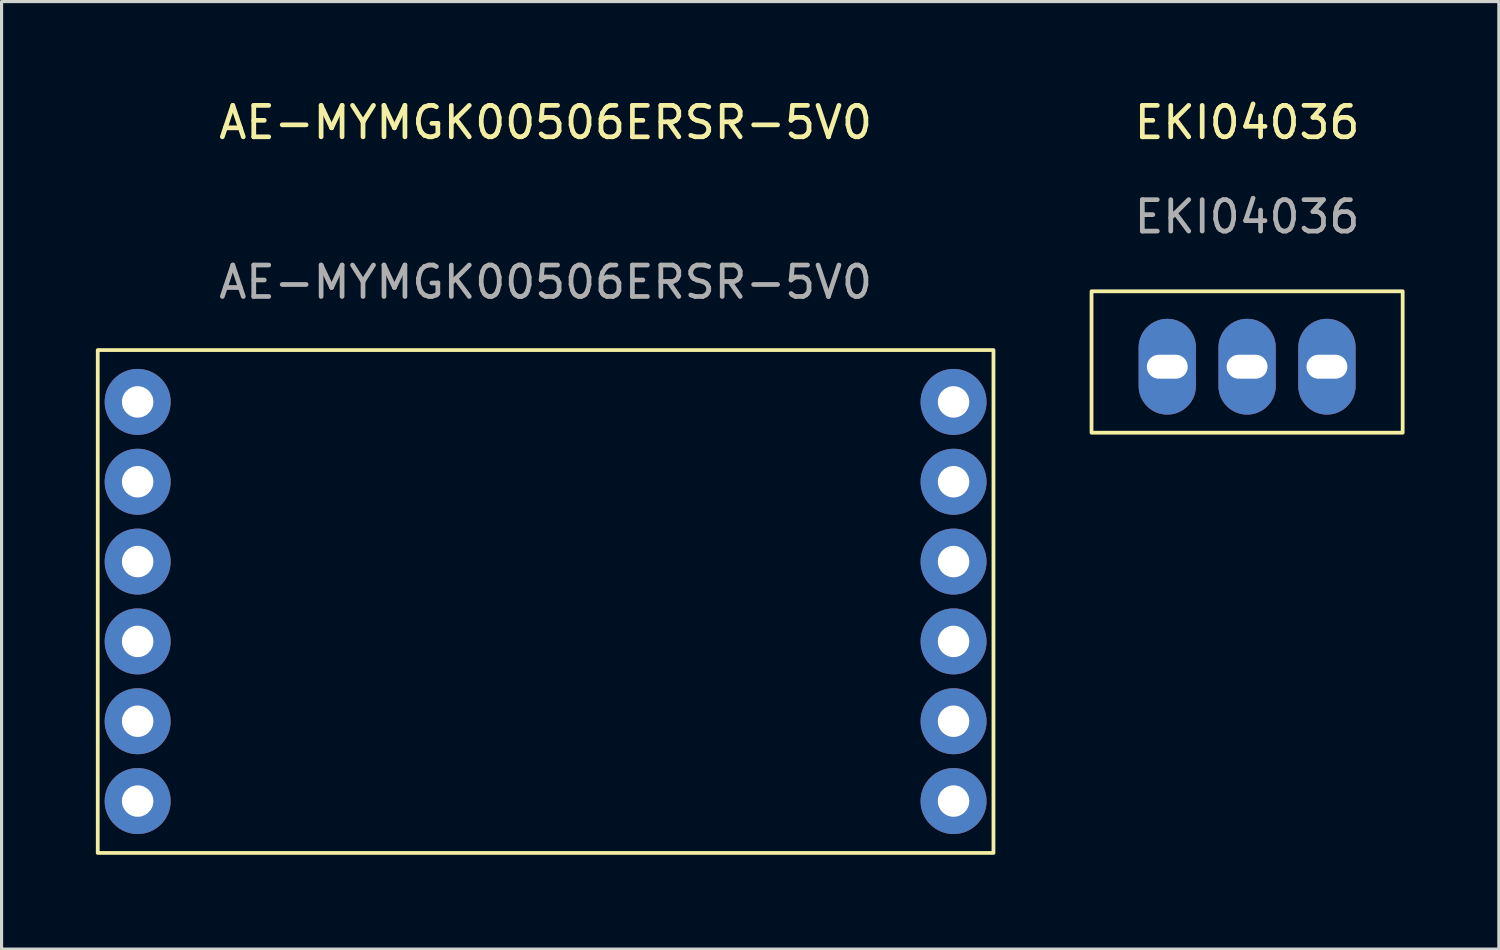
<source format=kicad_pcb>
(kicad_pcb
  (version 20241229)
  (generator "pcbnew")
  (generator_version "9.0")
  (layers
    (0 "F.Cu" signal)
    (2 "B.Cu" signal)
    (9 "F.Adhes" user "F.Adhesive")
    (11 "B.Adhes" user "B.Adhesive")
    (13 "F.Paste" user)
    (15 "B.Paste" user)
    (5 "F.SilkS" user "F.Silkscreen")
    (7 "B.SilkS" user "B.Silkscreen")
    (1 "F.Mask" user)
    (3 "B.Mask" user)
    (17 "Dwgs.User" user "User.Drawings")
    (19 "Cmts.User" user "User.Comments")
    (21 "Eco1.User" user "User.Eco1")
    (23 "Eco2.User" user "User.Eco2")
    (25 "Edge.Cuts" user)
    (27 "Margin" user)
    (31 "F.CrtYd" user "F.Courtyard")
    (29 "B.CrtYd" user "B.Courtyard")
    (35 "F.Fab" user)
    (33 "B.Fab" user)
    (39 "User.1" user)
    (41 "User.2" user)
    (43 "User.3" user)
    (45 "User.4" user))
  (footprint "AE-MYMGK00506ERSR-5V0"
    (layer "F.Cu")
    (at 14.31 16.088)
    (property "Reference" "AE-MYMGK00506ERSR-5V0" (at 0 -15.24 0) (unlocked yes) (layer "F.SilkS") (effects (font (size 1 1) (thickness 0.15))))
    (attr through_hole)
    (fp_rect (start -14.25 -8) (end 14.25 8) (stroke (width 0.12) (type solid)) (fill no) (layer "F.SilkS"))
    (fp_text user "${REFERENCE}" (at 0 -10.16 0) (unlocked yes) (layer "F.Fab") (effects (font (size 1 1) (thickness 0.15))))
    (pad "1" thru_hole circle (at -12.98 -6.35) (size 2.1 2.1) (drill 1) (layers "*.Cu" "*.Mask"))
    (pad "2" thru_hole circle (at -12.98 -3.81) (size 2.1 2.1) (drill 1) (layers "*.Cu" "*.Mask"))
    (pad "3" thru_hole circle (at -12.98 -1.27) (size 2.1 2.1) (drill 1) (layers "*.Cu" "*.Mask"))
    (pad "4" thru_hole circle (at -12.98 1.27) (size 2.1 2.1) (drill 1) (layers "*.Cu" "*.Mask"))
    (pad "5" thru_hole circle (at -12.98 3.81) (size 2.1 2.1) (drill 1) (layers "*.Cu" "*.Mask"))
    (pad "6" thru_hole circle (at -12.98 6.35) (size 2.1 2.1) (drill 1) (layers "*.Cu" "*.Mask"))
    (pad "7" thru_hole circle (at 12.98 6.35) (size 2.1 2.1) (drill 1) (layers "*.Cu" "*.Mask"))
    (pad "8" thru_hole circle (at 12.98 3.81) (size 2.1 2.1) (drill 1) (layers "*.Cu" "*.Mask"))
    (pad "9" thru_hole circle (at 12.98 1.27) (size 2.1 2.1) (drill 1) (layers "*.Cu" "*.Mask"))
    (pad "10" thru_hole circle (at 12.98 -1.27) (size 2.1 2.1) (drill 1) (layers "*.Cu" "*.Mask"))
    (pad "11" thru_hole circle (at 12.98 -3.81) (size 2.1 2.1) (drill 1) (layers "*.Cu" "*.Mask"))
    (pad "12" thru_hole circle (at 12.98 -6.35) (size 2.1 2.1) (drill 1) (layers "*.Cu" "*.Mask")))
  (footprint "EKI04036"
    (layer "F.Cu")
    (at 36.63 8.468)
    (property "Reference" "EKI04036" (at 0 -7.62 0) (unlocked yes) (layer "F.SilkS") (effects (font (size 1 1) (thickness 0.15))))
    (attr through_hole)
    (fp_rect (start -4.95 -2.25) (end 4.95 2.25) (stroke (width 0.12) (type solid)) (fill no) (layer "F.SilkS"))
    (fp_text user "${REFERENCE}" (at 0 -4.62 0) (unlocked yes) (layer "F.Fab") (effects (font (size 1 1) (thickness 0.15))))
    (pad "1" thru_hole oval (at -2.54 0.15) (size 1.824 3.048) (drill oval 1.3 0.762) (layers "*.Cu" "*.Mask"))
    (pad "2" thru_hole oval (at 0 0.15) (size 1.824 3.048) (drill oval 1.3 0.762) (layers "*.Cu" "*.Mask"))
    (pad "3" thru_hole oval (at 2.54 0.15) (size 1.824 3.048) (drill oval 1.3 0.762) (layers "*.Cu" "*.Mask")))
  (gr_rect
    (start -3 -3)
    (end 44.64 27.148)
    (stroke (width 0.1) (type default))
    (fill no)
    (layer "Edge.Cuts")))
</source>
